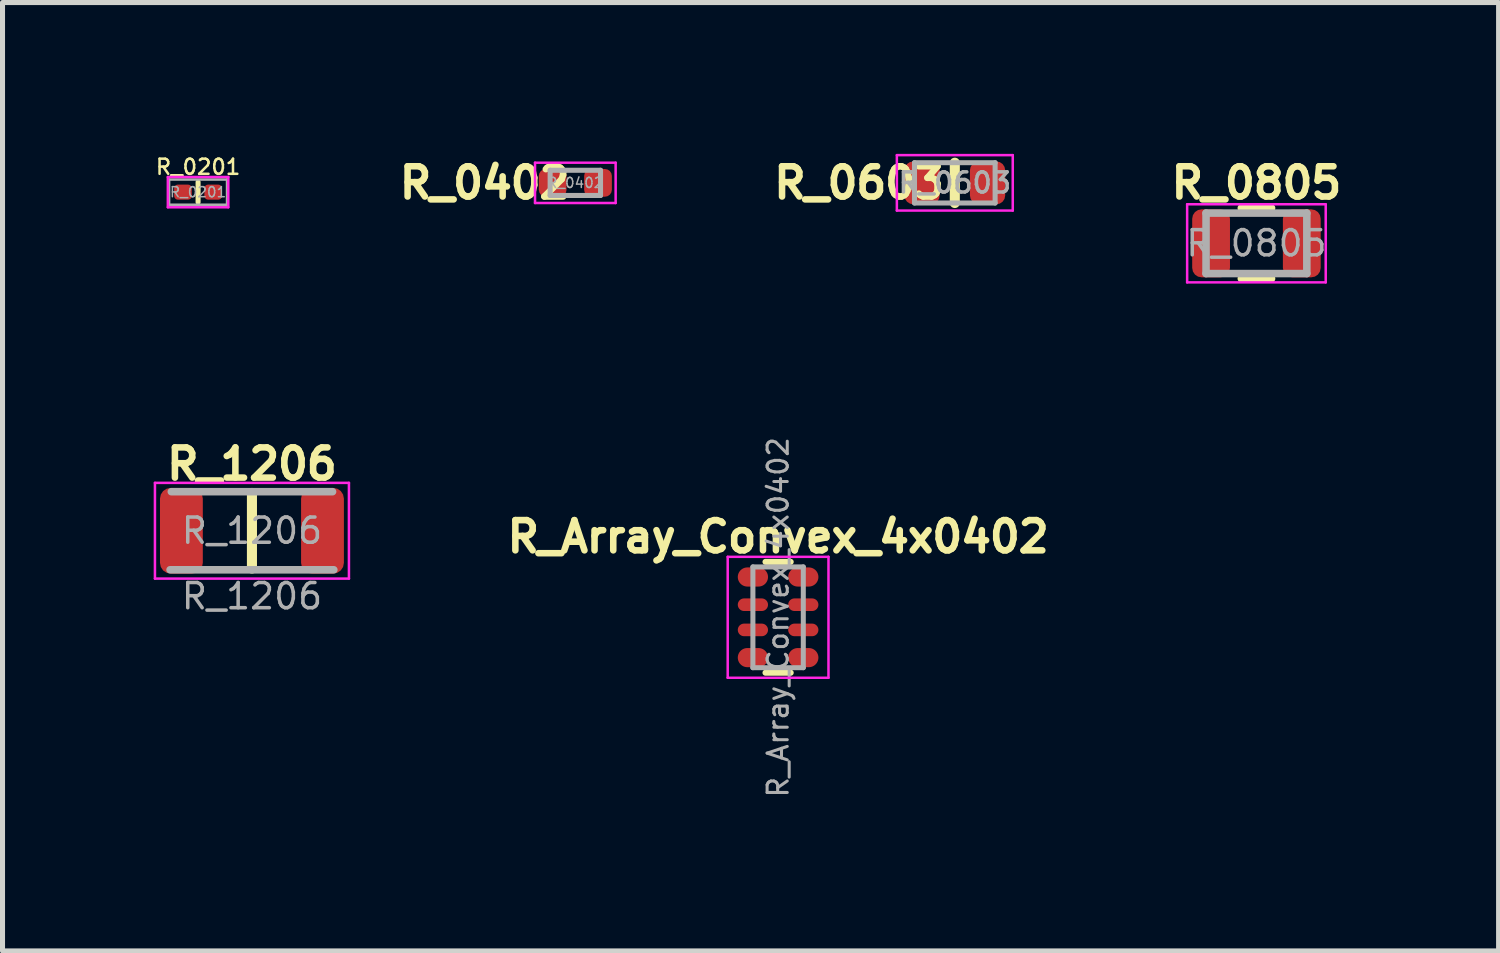
<source format=kicad_pcb>
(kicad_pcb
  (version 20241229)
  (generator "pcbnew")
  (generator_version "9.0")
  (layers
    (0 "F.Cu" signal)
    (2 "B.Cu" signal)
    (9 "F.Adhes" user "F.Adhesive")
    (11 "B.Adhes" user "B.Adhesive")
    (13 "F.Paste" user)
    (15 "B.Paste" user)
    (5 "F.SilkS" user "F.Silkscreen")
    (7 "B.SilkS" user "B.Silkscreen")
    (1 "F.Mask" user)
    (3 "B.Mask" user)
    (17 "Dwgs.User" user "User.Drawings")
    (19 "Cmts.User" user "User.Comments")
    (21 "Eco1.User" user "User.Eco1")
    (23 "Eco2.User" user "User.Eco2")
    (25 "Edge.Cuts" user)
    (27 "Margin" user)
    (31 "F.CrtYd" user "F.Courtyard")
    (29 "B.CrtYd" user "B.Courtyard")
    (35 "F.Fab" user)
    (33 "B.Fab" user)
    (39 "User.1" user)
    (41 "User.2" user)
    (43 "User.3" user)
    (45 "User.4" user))
  (footprint "R_0805"
    (layer "F.Cu")
    (at 21.885 1.779)
    (property "Reference" "R_0805" (at 0 -1.2 0) (layer "F.SilkS") (effects (font (size 0.6 0.6) (thickness 0.13))))
    (property "Value" "${VALUE}" (at 0 1 0) (layer "F.Fab") (hide yes) (effects (font (size 0.4 0.4) (thickness 0.05))))
    (attr smd)
    (fp_line (start -0.3 -0.7) (end 0.3 -0.7) (stroke (width 0.15) (type solid)) (layer "F.SilkS"))
    (fp_line (start 0.3 0.7) (end -0.3 0.7) (stroke (width 0.15) (type solid)) (layer "F.SilkS"))
    (fp_line (start -1.375 -0.775) (end 1.375 -0.775) (stroke (width 0.05) (type solid)) (layer "F.CrtYd"))
    (fp_line (start -1.375 0.775) (end -1.375 -0.775) (stroke (width 0.05) (type solid)) (layer "F.CrtYd"))
    (fp_line (start 1.375 -0.775) (end 1.375 0.775) (stroke (width 0.05) (type solid)) (layer "F.CrtYd"))
    (fp_line (start 1.375 0.775) (end -1.375 0.775) (stroke (width 0.05) (type solid)) (layer "F.CrtYd"))
    (fp_line (start -1 -0.6) (end 1 -0.6) (stroke (width 0.15) (type solid)) (layer "F.Fab"))
    (fp_line (start -1 0.6) (end -1 -0.6) (stroke (width 0.15) (type solid)) (layer "F.Fab"))
    (fp_line (start 1 -0.6) (end 1 0.6) (stroke (width 0.15) (type solid)) (layer "F.Fab"))
    (fp_line (start 1 0.6) (end -1 0.6) (stroke (width 0.15) (type solid)) (layer "F.Fab"))
    (fp_text user "${REFERENCE}" (at 0 0 0) (layer "F.Fab") (effects (font (size 0.5 0.5) (thickness 0.07))))
    (pad "1" smd roundrect (at -0.9 0) (size 0.75 1.35) (layers "F.Cu" "F.Mask" "F.Paste") (roundrect_rratio 0.25))
    (pad "2" smd roundrect (at 0.9 0) (size 0.75 1.35) (layers "F.Cu" "F.Mask" "F.Paste") (roundrect_rratio 0.25)))
  (footprint "R_0201"
    (layer "F.Cu")
    (at 0.881 0.763)
    (property "Reference" "R_0201" (at 0 -0.5 0) (layer "F.SilkS") (effects (font (size 0.3 0.3) (thickness 0.05))))
    (attr smd)
    (fp_line (start 0 -0.2) (end 0 0.2) (stroke (width 0.1) (type solid)) (layer "F.SilkS"))
    (fp_line (start -0.6 -0.3) (end 0.6 -0.3) (stroke (width 0.05) (type solid)) (layer "F.CrtYd"))
    (fp_line (start -0.6 0.3) (end -0.6 -0.3) (stroke (width 0.05) (type solid)) (layer "F.CrtYd"))
    (fp_line (start 0.6 -0.3) (end 0.6 0.3) (stroke (width 0.05) (type solid)) (layer "F.CrtYd"))
    (fp_line (start 0.6 0.3) (end -0.6 0.3) (stroke (width 0.05) (type solid)) (layer "F.CrtYd"))
    (fp_line (start -0.575 -0.25) (end 0.575 -0.25) (stroke (width 0.05) (type solid)) (layer "F.Fab"))
    (fp_line (start -0.575 0.25) (end -0.575 -0.25) (stroke (width 0.05) (type solid)) (layer "F.Fab"))
    (fp_line (start 0.575 -0.25) (end 0.575 0.25) (stroke (width 0.05) (type solid)) (layer "F.Fab"))
    (fp_line (start 0.575 0.25) (end -0.575 0.25) (stroke (width 0.05) (type solid)) (layer "F.Fab"))
    (fp_text user "${REFERENCE}" (at 0 0 0) (layer "F.Fab") (effects (font (size 0.2 0.2) (thickness 0.03))))
    (pad "1" smd roundrect (at -0.3 0) (size 0.35 0.3) (layers "F.Cu" "F.Mask" "F.Paste") (roundrect_rratio 0.25))
    (pad "2" smd roundrect (at 0.3 0) (size 0.35 0.3) (layers "F.Cu" "F.Mask" "F.Paste") (roundrect_rratio 0.25)))
  (footprint "R_1206"
    (layer "F.Cu")
    (at 1.95 7.483)
    (property "Reference" "R_1206" (at 0 -1.325 0) (layer "F.SilkS") (effects (font (size 0.6 0.6) (thickness 0.13))))
    (property "Value" "R_1206" (at 0 0.5 0) (layer "F.Fab") (hide yes) (effects (font (size 0.1 0.1) (thickness 0.025))))
    (attr smd)
    (fp_line (start 0 -0.75) (end 0 0.75) (stroke (width 0.2) (type solid)) (layer "F.SilkS"))
    (fp_line (start -1.925 -0.95) (end 1.925 -0.95) (stroke (width 0.05) (type solid)) (layer "F.CrtYd"))
    (fp_line (start -1.925 0.95) (end -1.925 -0.95) (stroke (width 0.05) (type solid)) (layer "F.CrtYd"))
    (fp_line (start 1.925 -0.95) (end 1.925 0.95) (stroke (width 0.05) (type solid)) (layer "F.CrtYd"))
    (fp_line (start 1.925 0.95) (end -1.925 0.95) (stroke (width 0.05) (type solid)) (layer "F.CrtYd"))
    (fp_line (start -1.6 -0.775) (end 1.6 -0.775) (stroke (width 0.15) (type solid)) (layer "F.Fab"))
    (fp_line (start 1.625 0.775) (end -1.625 0.775) (stroke (width 0.15) (type solid)) (layer "F.Fab"))
    (fp_text user "${VALUE}" (at 0 1.3 180) (layer "F.Fab") (effects (font (size 0.5 0.5) (thickness 0.07))))
    (fp_text user "${REFERENCE}" (at 0 0 180) (layer "F.Fab") (effects (font (size 0.5 0.5) (thickness 0.07))))
    (pad "1" smd roundrect (at -1.4 0) (size 0.85 1.7) (layers "F.Cu" "F.Mask" "F.Paste") (roundrect_rratio 0.25))
    (pad "2" smd roundrect (at 1.4 0) (size 0.85 1.7) (layers "F.Cu" "F.Mask" "F.Paste") (roundrect_rratio 0.25)))
  (footprint "R_Array_Convex_4x0402"
    (layer "F.Cu")
    (at 12.392 9.201)
    (property "Reference" "R_Array_Convex_4x0402" (at 0 -1.6 0) (layer "F.SilkS") (effects (font (size 0.6 0.6) (thickness 0.13))))
    (attr smd)
    (fp_line (start 0.25 -1.1) (end -0.25 -1.1) (stroke (width 0.12) (type solid)) (layer "F.SilkS"))
    (fp_line (start 0.25 1.1) (end -0.25 1.1) (stroke (width 0.12) (type solid)) (layer "F.SilkS"))
    (fp_line (start -1 -1.2) (end -1 1.2) (stroke (width 0.05) (type solid)) (layer "F.CrtYd"))
    (fp_line (start -1 -1.2) (end 1 -1.2) (stroke (width 0.05) (type solid)) (layer "F.CrtYd"))
    (fp_line (start 1 1.2) (end -1 1.2) (stroke (width 0.05) (type solid)) (layer "F.CrtYd"))
    (fp_line (start 1 1.2) (end 1 -1.2) (stroke (width 0.05) (type solid)) (layer "F.CrtYd"))
    (fp_line (start -0.5 -1) (end 0.5 -1) (stroke (width 0.1) (type solid)) (layer "F.Fab"))
    (fp_line (start -0.5 1) (end -0.5 -1) (stroke (width 0.1) (type solid)) (layer "F.Fab"))
    (fp_line (start 0.5 -1) (end 0.5 1) (stroke (width 0.1) (type solid)) (layer "F.Fab"))
    (fp_line (start 0.5 1) (end -0.5 1) (stroke (width 0.1) (type solid)) (layer "F.Fab"))
    (fp_text user "${REFERENCE}" (at 0 0 90) (layer "F.Fab") (effects (font (size 0.4 0.4) (thickness 0.06))))
    (pad "1" smd oval (at -0.5 -0.8) (size 0.6 0.38) (layers "F.Cu" "F.Mask" "F.Paste"))
    (pad "2" smd oval (at -0.5 -0.25) (size 0.6 0.25) (layers "F.Cu" "F.Mask" "F.Paste"))
    (pad "3" smd oval (at -0.5 0.25) (size 0.6 0.25) (layers "F.Cu" "F.Mask" "F.Paste"))
    (pad "4" smd oval (at -0.5 0.8) (size 0.6 0.38) (layers "F.Cu" "F.Mask" "F.Paste"))
    (pad "5" smd oval (at 0.5 0.8) (size 0.6 0.38) (layers "F.Cu" "F.Mask" "F.Paste"))
    (pad "6" smd oval (at 0.5 0.25) (size 0.6 0.25) (layers "F.Cu" "F.Mask" "F.Paste"))
    (pad "7" smd oval (at 0.5 -0.25) (size 0.6 0.25) (layers "F.Cu" "F.Mask" "F.Paste"))
    (pad "8" smd oval (at 0.5 -0.8) (size 0.6 0.38) (layers "F.Cu" "F.Mask" "F.Paste")))
  (footprint "R_0603"
    (layer "F.Cu")
    (at 15.899 0.579)
    (property "Reference" "R_0603" (at -1.9 0 0) (layer "F.SilkS") (effects (font (size 0.6 0.6) (thickness 0.13))))
    (property "Value" "${VALUE}" (at 0 0.7 0) (layer "F.Fab") (hide yes) (effects (font (size 0.3 0.3) (thickness 0.05))))
    (attr smd)
    (fp_line (start 0 -0.4) (end 0 0.4) (stroke (width 0.2) (type solid)) (layer "F.SilkS"))
    (fp_line (start -1.15 -0.55) (end 1.15 -0.55) (stroke (width 0.05) (type solid)) (layer "F.CrtYd"))
    (fp_line (start -1.15 0.55) (end -1.15 -0.55) (stroke (width 0.05) (type solid)) (layer "F.CrtYd"))
    (fp_line (start 1.15 -0.55) (end 1.15 0.55) (stroke (width 0.05) (type solid)) (layer "F.CrtYd"))
    (fp_line (start 1.15 0.55) (end -1.15 0.55) (stroke (width 0.05) (type solid)) (layer "F.CrtYd"))
    (fp_line (start -0.8 -0.4) (end 0.8 -0.4) (stroke (width 0.1) (type solid)) (layer "F.Fab"))
    (fp_line (start -0.8 0.4) (end -0.8 -0.4) (stroke (width 0.1) (type solid)) (layer "F.Fab"))
    (fp_line (start 0.8 -0.4) (end 0.8 0.4) (stroke (width 0.1) (type solid)) (layer "F.Fab"))
    (fp_line (start 0.8 0.4) (end -0.8 0.4) (stroke (width 0.1) (type solid)) (layer "F.Fab"))
    (fp_text user "${REFERENCE}" (at 0 0 0) (layer "F.Fab") (effects (font (size 0.4 0.4) (thickness 0.07))))
    (pad "1" smd roundrect (at -0.65 0) (size 0.7 0.85) (layers "F.Cu" "F.Mask" "F.Paste") (roundrect_rratio 0.25))
    (pad "2" smd roundrect (at 0.65 0) (size 0.7 0.85) (layers "F.Cu" "F.Mask" "F.Paste") (roundrect_rratio 0.25)))
  (footprint "R_0402"
    (layer "F.Cu")
    (at 8.368 0.579)
    (property "Reference" "R_0402" (at -1.8 0 0) (layer "F.SilkS") (effects (font (size 0.6 0.6) (thickness 0.13))))
    (property "Value" "${VALUE}" (at 0 0.45 0) (layer "F.Fab") (hide yes) (effects (font (size 0.2 0.2) (thickness 0.03))))
    (attr smd)
    (fp_line (start -0.8 -0.4) (end 0.8 -0.4) (stroke (width 0.05) (type solid)) (layer "F.CrtYd"))
    (fp_line (start -0.8 0.4) (end -0.8 -0.4) (stroke (width 0.05) (type solid)) (layer "F.CrtYd"))
    (fp_line (start 0.8 -0.4) (end 0.8 0.4) (stroke (width 0.05) (type solid)) (layer "F.CrtYd"))
    (fp_line (start 0.8 0.4) (end -0.8 0.4) (stroke (width 0.05) (type solid)) (layer "F.CrtYd"))
    (fp_line (start -0.5 -0.25) (end 0.5 -0.25) (stroke (width 0.1) (type solid)) (layer "F.Fab"))
    (fp_line (start -0.5 0.25) (end -0.5 -0.25) (stroke (width 0.1) (type solid)) (layer "F.Fab"))
    (fp_line (start 0.5 -0.25) (end 0.5 0.25) (stroke (width 0.1) (type solid)) (layer "F.Fab"))
    (fp_line (start 0.5 0.25) (end -0.5 0.25) (stroke (width 0.1) (type solid)) (layer "F.Fab"))
    (fp_text user "${REFERENCE}" (at 0 0 0) (layer "F.Fab") (effects (font (size 0.2 0.2) (thickness 0.03))))
    (pad "1" smd roundrect (at -0.45 0) (size 0.55 0.55) (layers "F.Cu" "F.Mask" "F.Paste") (roundrect_rratio 0.25))
    (pad "2" smd roundrect (at 0.45 0) (size 0.55 0.55) (layers "F.Cu" "F.Mask" "F.Paste") (roundrect_rratio 0.25)))
  (gr_rect
    (start -3 -3)
    (end 26.691 15.822)
    (stroke (width 0.1) (type default))
    (fill no)
    (layer "Edge.Cuts")))
</source>
